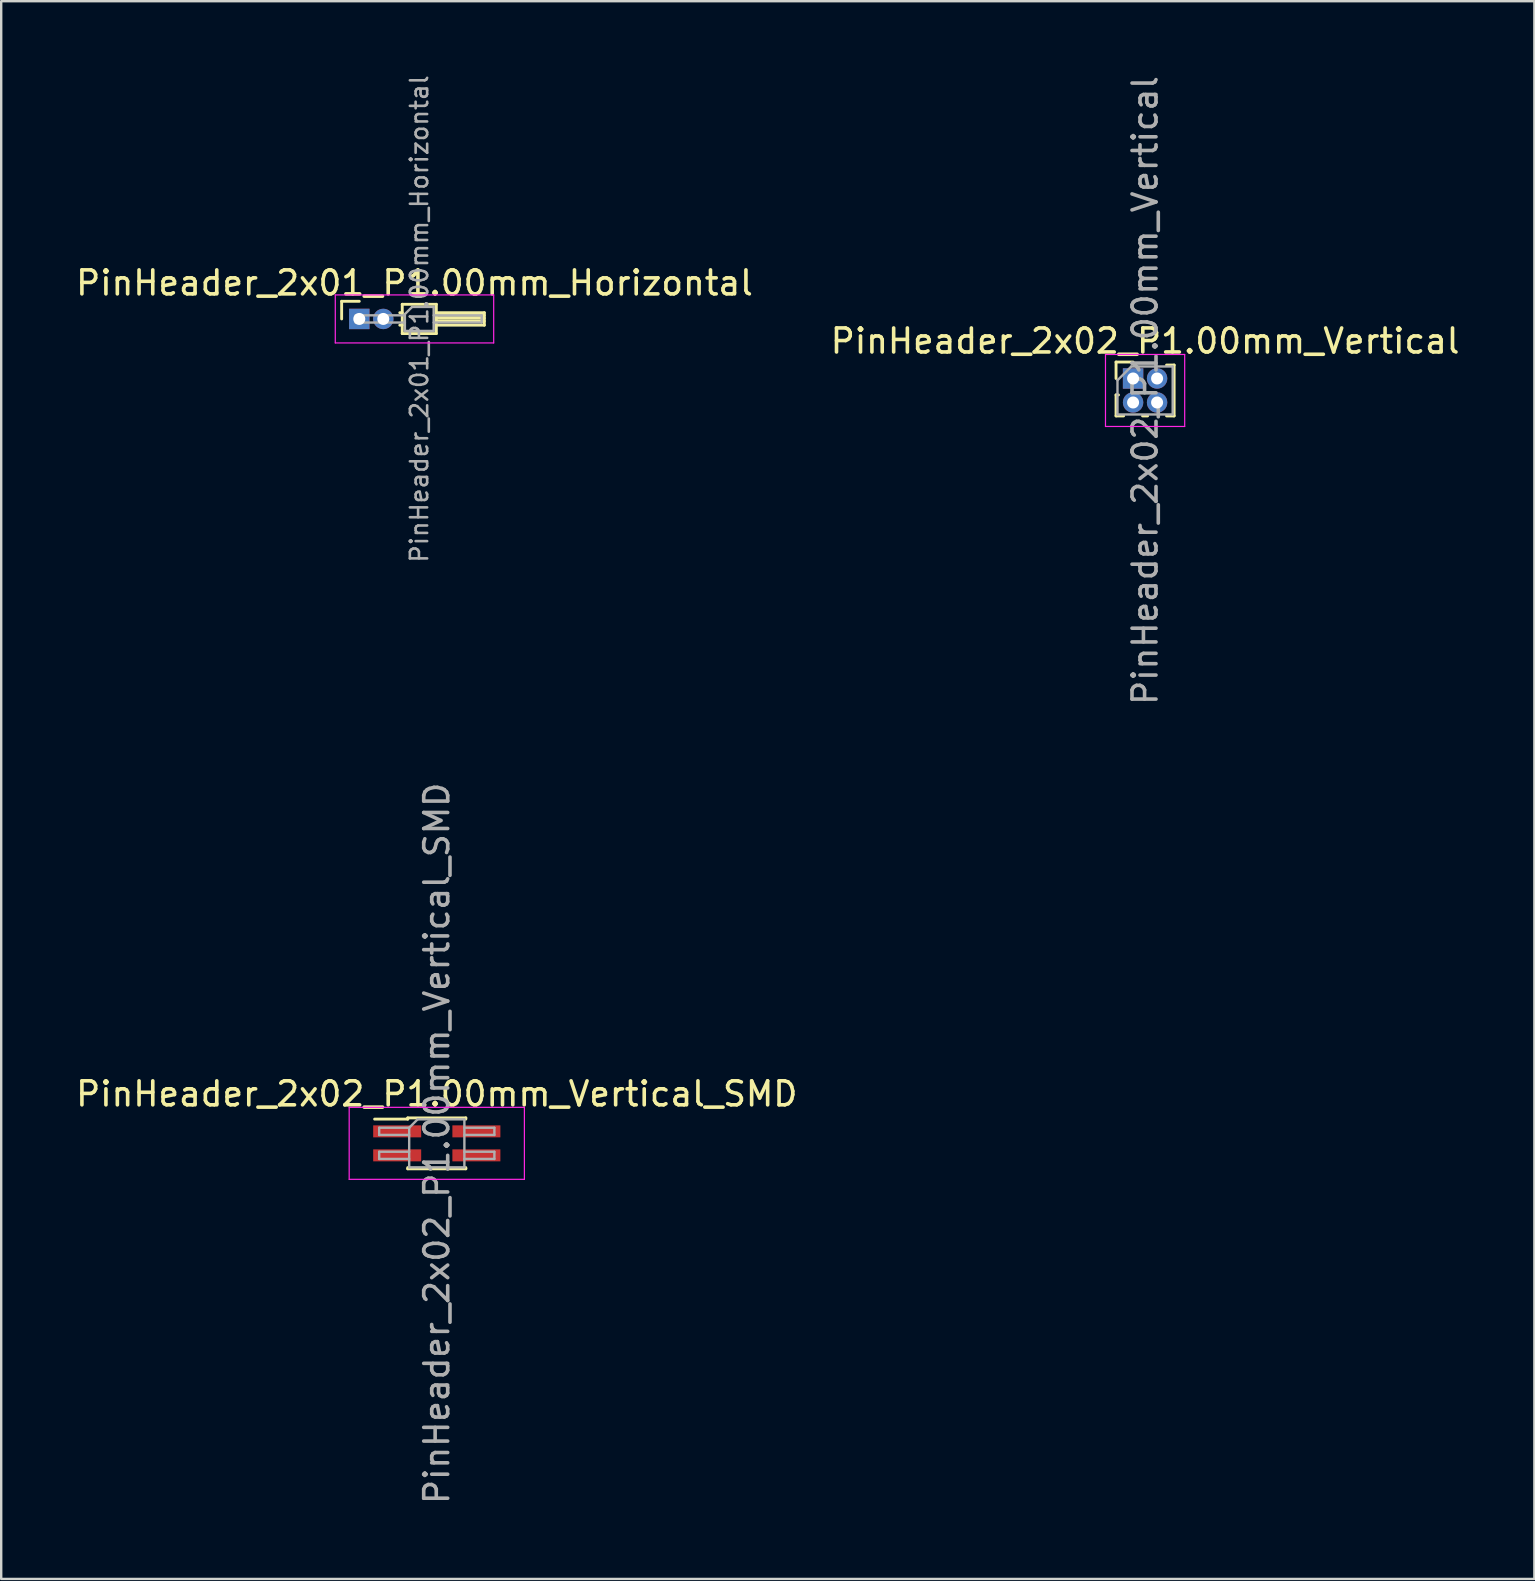
<source format=kicad_pcb>
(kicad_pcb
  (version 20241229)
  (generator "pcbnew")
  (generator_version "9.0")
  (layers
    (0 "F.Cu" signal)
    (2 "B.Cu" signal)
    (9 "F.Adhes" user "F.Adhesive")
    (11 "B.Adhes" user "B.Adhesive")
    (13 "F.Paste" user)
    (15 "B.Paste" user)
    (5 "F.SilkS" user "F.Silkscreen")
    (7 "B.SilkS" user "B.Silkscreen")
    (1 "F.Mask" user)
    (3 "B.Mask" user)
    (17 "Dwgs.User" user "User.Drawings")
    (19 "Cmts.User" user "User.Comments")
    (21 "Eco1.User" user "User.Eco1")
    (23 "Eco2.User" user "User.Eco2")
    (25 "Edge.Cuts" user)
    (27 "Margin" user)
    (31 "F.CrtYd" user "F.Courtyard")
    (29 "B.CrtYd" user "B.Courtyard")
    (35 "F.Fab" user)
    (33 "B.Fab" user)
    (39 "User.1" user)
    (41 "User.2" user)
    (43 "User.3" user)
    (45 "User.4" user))
  (footprint "PinHeader_2x01_P1.00mm_Horizontal"
    (layer "F.Cu")
    (at 11.92 10.239)
    (property "Reference" "PinHeader_2x01_P1.00mm_Horizontal" (at 2.3 -1.5 0) (layer "F.SilkS") (effects (font (size 1 1) (thickness 0.15))))
    (attr through_hole)
    (fp_line (start -0.735 -0.735) (end 0 -0.735) (stroke (width 0.12) (type solid)) (layer "F.SilkS"))
    (fp_line (start -0.735 0) (end -0.735 -0.735) (stroke (width 0.12) (type solid)) (layer "F.SilkS"))
    (fp_line (start 1.687 -0.26) (end 1.79 -0.26) (stroke (width 0.12) (type solid)) (layer "F.SilkS"))
    (fp_line (start 1.687 0.26) (end 1.79 0.26) (stroke (width 0.12) (type solid)) (layer "F.SilkS"))
    (fp_line (start 1.79 -0.61) (end 1.79 0.61) (stroke (width 0.12) (type solid)) (layer "F.SilkS"))
    (fp_line (start 1.79 0.61) (end 3.21 0.61) (stroke (width 0.12) (type solid)) (layer "F.SilkS"))
    (fp_line (start 3.21 -0.61) (end 1.79 -0.61) (stroke (width 0.12) (type solid)) (layer "F.SilkS"))
    (fp_line (start 3.21 -0.26) (end 5.21 -0.26) (stroke (width 0.12) (type solid)) (layer "F.SilkS"))
    (fp_line (start 3.21 -0.15) (end 5.21 -0.15) (stroke (width 0.12) (type solid)) (layer "F.SilkS"))
    (fp_line (start 3.21 -0.03) (end 5.21 -0.03) (stroke (width 0.12) (type solid)) (layer "F.SilkS"))
    (fp_line (start 3.21 0.09) (end 5.21 0.09) (stroke (width 0.12) (type solid)) (layer "F.SilkS"))
    (fp_line (start 3.21 0.61) (end 3.21 -0.61) (stroke (width 0.12) (type solid)) (layer "F.SilkS"))
    (fp_line (start 5.21 -0.26) (end 5.21 0.26) (stroke (width 0.12) (type solid)) (layer "F.SilkS"))
    (fp_line (start 5.21 0.26) (end 3.21 0.26) (stroke (width 0.12) (type solid)) (layer "F.SilkS"))
    (fp_line (start -1 -1) (end -1 1) (stroke (width 0.05) (type solid)) (layer "F.CrtYd"))
    (fp_line (start -1 1) (end 5.6 1) (stroke (width 0.05) (type solid)) (layer "F.CrtYd"))
    (fp_line (start 5.6 -1) (end -1 -1) (stroke (width 0.05) (type solid)) (layer "F.CrtYd"))
    (fp_line (start 5.6 1) (end 5.6 -1) (stroke (width 0.05) (type solid)) (layer "F.CrtYd"))
    (fp_line (start -0.15 -0.15) (end -0.15 0.15) (stroke (width 0.1) (type solid)) (layer "F.Fab"))
    (fp_line (start -0.15 -0.15) (end 1.9 -0.15) (stroke (width 0.1) (type solid)) (layer "F.Fab"))
    (fp_line (start -0.15 0.15) (end 1.9 0.15) (stroke (width 0.1) (type solid)) (layer "F.Fab"))
    (fp_line (start 1.9 -0.2) (end 2.2 -0.5) (stroke (width 0.1) (type solid)) (layer "F.Fab"))
    (fp_line (start 1.9 0.5) (end 1.9 -0.2) (stroke (width 0.1) (type solid)) (layer "F.Fab"))
    (fp_line (start 2.2 -0.5) (end 3.1 -0.5) (stroke (width 0.1) (type solid)) (layer "F.Fab"))
    (fp_line (start 3.1 -0.5) (end 3.1 0.5) (stroke (width 0.1) (type solid)) (layer "F.Fab"))
    (fp_line (start 3.1 -0.15) (end 5.1 -0.15) (stroke (width 0.1) (type solid)) (layer "F.Fab"))
    (fp_line (start 3.1 0.15) (end 5.1 0.15) (stroke (width 0.1) (type solid)) (layer "F.Fab"))
    (fp_line (start 3.1 0.5) (end 1.9 0.5) (stroke (width 0.1) (type solid)) (layer "F.Fab"))
    (fp_line (start 5.1 -0.15) (end 5.1 0.15) (stroke (width 0.1) (type solid)) (layer "F.Fab"))
    (fp_text user "${REFERENCE}" (at 2.5 0 90) (layer "F.Fab") (effects (font (size 0.72 0.72) (thickness 0.108))))
    (pad "1" thru_hole rect (at 0 0) (size 0.85 0.85) (drill 0.5) (layers "*.Cu" "*.Mask"))
    (pad "2" thru_hole circle (at 1 0) (size 0.85 0.85) (drill 0.5) (layers "*.Cu" "*.Mask")))
  (footprint "PinHeader_2x02_P1.00mm_Vertical_SMD"
    (layer "F.Cu")
    (at 15.149 44.589)
    (property "Reference" "PinHeader_2x02_P1.00mm_Vertical_SMD" (at 0 -2.06 0) (layer "F.SilkS") (effects (font (size 1 1) (thickness 0.15))))
    (attr smd)
    (fp_line (start -2.59 -1.01) (end -1.21 -1.01) (stroke (width 0.12) (type solid)) (layer "F.SilkS"))
    (fp_line (start -1.21 -1.06) (end -1.21 -1.01) (stroke (width 0.12) (type solid)) (layer "F.SilkS"))
    (fp_line (start -1.21 -1.06) (end 1.21 -1.06) (stroke (width 0.12) (type solid)) (layer "F.SilkS"))
    (fp_line (start -1.21 1.01) (end -1.21 1.06) (stroke (width 0.12) (type solid)) (layer "F.SilkS"))
    (fp_line (start -1.21 1.06) (end 1.21 1.06) (stroke (width 0.12) (type solid)) (layer "F.SilkS"))
    (fp_line (start 1.21 -1.06) (end 1.21 -1.01) (stroke (width 0.12) (type solid)) (layer "F.SilkS"))
    (fp_line (start 1.21 1.01) (end 1.21 1.06) (stroke (width 0.12) (type solid)) (layer "F.SilkS"))
    (fp_line (start -3.65 -1.5) (end -3.65 1.5) (stroke (width 0.05) (type solid)) (layer "F.CrtYd"))
    (fp_line (start -3.65 1.5) (end 3.65 1.5) (stroke (width 0.05) (type solid)) (layer "F.CrtYd"))
    (fp_line (start 3.65 -1.5) (end -3.65 -1.5) (stroke (width 0.05) (type solid)) (layer "F.CrtYd"))
    (fp_line (start 3.65 1.5) (end 3.65 -1.5) (stroke (width 0.05) (type solid)) (layer "F.CrtYd"))
    (fp_line (start -2.4 -0.65) (end -2.4 -0.35) (stroke (width 0.1) (type solid)) (layer "F.Fab"))
    (fp_line (start -2.4 -0.35) (end -1.15 -0.35) (stroke (width 0.1) (type solid)) (layer "F.Fab"))
    (fp_line (start -2.4 0.35) (end -2.4 0.65) (stroke (width 0.1) (type solid)) (layer "F.Fab"))
    (fp_line (start -2.4 0.65) (end -1.15 0.65) (stroke (width 0.1) (type solid)) (layer "F.Fab"))
    (fp_line (start -1.15 -0.65) (end -2.4 -0.65) (stroke (width 0.1) (type solid)) (layer "F.Fab"))
    (fp_line (start -1.15 -0.65) (end -0.8 -1) (stroke (width 0.1) (type solid)) (layer "F.Fab"))
    (fp_line (start -1.15 0.35) (end -2.4 0.35) (stroke (width 0.1) (type solid)) (layer "F.Fab"))
    (fp_line (start -1.15 1) (end -1.15 -0.65) (stroke (width 0.1) (type solid)) (layer "F.Fab"))
    (fp_line (start -0.8 -1) (end 1.15 -1) (stroke (width 0.1) (type solid)) (layer "F.Fab"))
    (fp_line (start 1.15 -1) (end 1.15 1) (stroke (width 0.1) (type solid)) (layer "F.Fab"))
    (fp_line (start 1.15 -0.65) (end 2.4 -0.65) (stroke (width 0.1) (type solid)) (layer "F.Fab"))
    (fp_line (start 1.15 0.35) (end 2.4 0.35) (stroke (width 0.1) (type solid)) (layer "F.Fab"))
    (fp_line (start 1.15 1) (end -1.15 1) (stroke (width 0.1) (type solid)) (layer "F.Fab"))
    (fp_line (start 2.4 -0.65) (end 2.4 -0.35) (stroke (width 0.1) (type solid)) (layer "F.Fab"))
    (fp_line (start 2.4 -0.35) (end 1.15 -0.35) (stroke (width 0.1) (type solid)) (layer "F.Fab"))
    (fp_line (start 2.4 0.35) (end 2.4 0.65) (stroke (width 0.1) (type solid)) (layer "F.Fab"))
    (fp_line (start 2.4 0.65) (end 1.15 0.65) (stroke (width 0.1) (type solid)) (layer "F.Fab"))
    (fp_text user "${REFERENCE}" (at 0 0 90) (layer "F.Fab") (effects (font (size 1 1) (thickness 0.15))))
    (pad "1" smd rect (at -1.65 -0.5) (size 2 0.5) (layers "F.Cu" "F.Mask" "F.Paste"))
    (pad "2" smd rect (at 1.65 -0.5) (size 2 0.5) (layers "F.Cu" "F.Mask" "F.Paste"))
    (pad "3" smd rect (at -1.65 0.5) (size 2 0.5) (layers "F.Cu" "F.Mask" "F.Paste"))
    (pad "4" smd rect (at 1.65 0.5) (size 2 0.5) (layers "F.Cu" "F.Mask" "F.Paste")))
  (footprint "PinHeader_2x02_P1.00mm_Vertical"
    (layer "F.Cu")
    (at 44.161 12.72)
    (property "Reference" "PinHeader_2x02_P1.00mm_Vertical" (at 0.5 -1.56 0) (layer "F.SilkS") (effects (font (size 1 1) (thickness 0.15))))
    (attr through_hole)
    (fp_line (start -0.71 -0.685) (end 0 -0.685) (stroke (width 0.12) (type solid)) (layer "F.SilkS"))
    (fp_line (start -0.71 0) (end -0.71 -0.685) (stroke (width 0.12) (type solid)) (layer "F.SilkS"))
    (fp_line (start -0.71 0.685) (end -0.71 1.56) (stroke (width 0.12) (type solid)) (layer "F.SilkS"))
    (fp_line (start -0.71 0.685) (end -0.608 0.685) (stroke (width 0.12) (type solid)) (layer "F.SilkS"))
    (fp_line (start -0.71 1.56) (end -0.394 1.56) (stroke (width 0.12) (type solid)) (layer "F.SilkS"))
    (fp_line (start 0.394 1.56) (end 0.606 1.56) (stroke (width 0.12) (type solid)) (layer "F.SilkS"))
    (fp_line (start 1.394 -0.56) (end 1.71 -0.56) (stroke (width 0.12) (type solid)) (layer "F.SilkS"))
    (fp_line (start 1.394 1.56) (end 1.71 1.56) (stroke (width 0.12) (type solid)) (layer "F.SilkS"))
    (fp_line (start 1.71 -0.56) (end 1.71 1.56) (stroke (width 0.12) (type solid)) (layer "F.SilkS"))
    (fp_line (start -1.15 -1) (end -1.15 2) (stroke (width 0.05) (type solid)) (layer "F.CrtYd"))
    (fp_line (start -1.15 2) (end 2.15 2) (stroke (width 0.05) (type solid)) (layer "F.CrtYd"))
    (fp_line (start 2.15 -1) (end -1.15 -1) (stroke (width 0.05) (type solid)) (layer "F.CrtYd"))
    (fp_line (start 2.15 2) (end 2.15 -1) (stroke (width 0.05) (type solid)) (layer "F.CrtYd"))
    (fp_line (start -0.65 0.075) (end -0.075 -0.5) (stroke (width 0.1) (type solid)) (layer "F.Fab"))
    (fp_line (start -0.65 1.5) (end -0.65 0.075) (stroke (width 0.1) (type solid)) (layer "F.Fab"))
    (fp_line (start -0.075 -0.5) (end 1.65 -0.5) (stroke (width 0.1) (type solid)) (layer "F.Fab"))
    (fp_line (start 1.65 -0.5) (end 1.65 1.5) (stroke (width 0.1) (type solid)) (layer "F.Fab"))
    (fp_line (start 1.65 1.5) (end -0.65 1.5) (stroke (width 0.1) (type solid)) (layer "F.Fab"))
    (fp_text user "${REFERENCE}" (at 0.5 0.5 90) (layer "F.Fab") (effects (font (size 1 1) (thickness 0.15))))
    (pad "1" thru_hole rect (at 0 0) (size 0.85 0.85) (drill 0.5) (layers "*.Cu" "*.Mask"))
    (pad "2" thru_hole oval (at 1 0) (size 0.85 0.85) (drill 0.5) (layers "*.Cu" "*.Mask"))
    (pad "3" thru_hole oval (at 0 1) (size 0.85 0.85) (drill 0.5) (layers "*.Cu" "*.Mask"))
    (pad "4" thru_hole oval (at 1 1) (size 0.85 0.85) (drill 0.5) (layers "*.Cu" "*.Mask")))
  (gr_rect
    (start -3 -3)
    (end 60.881 62.738)
    (stroke (width 0.1) (type default))
    (fill no)
    (layer "Edge.Cuts")))
</source>
